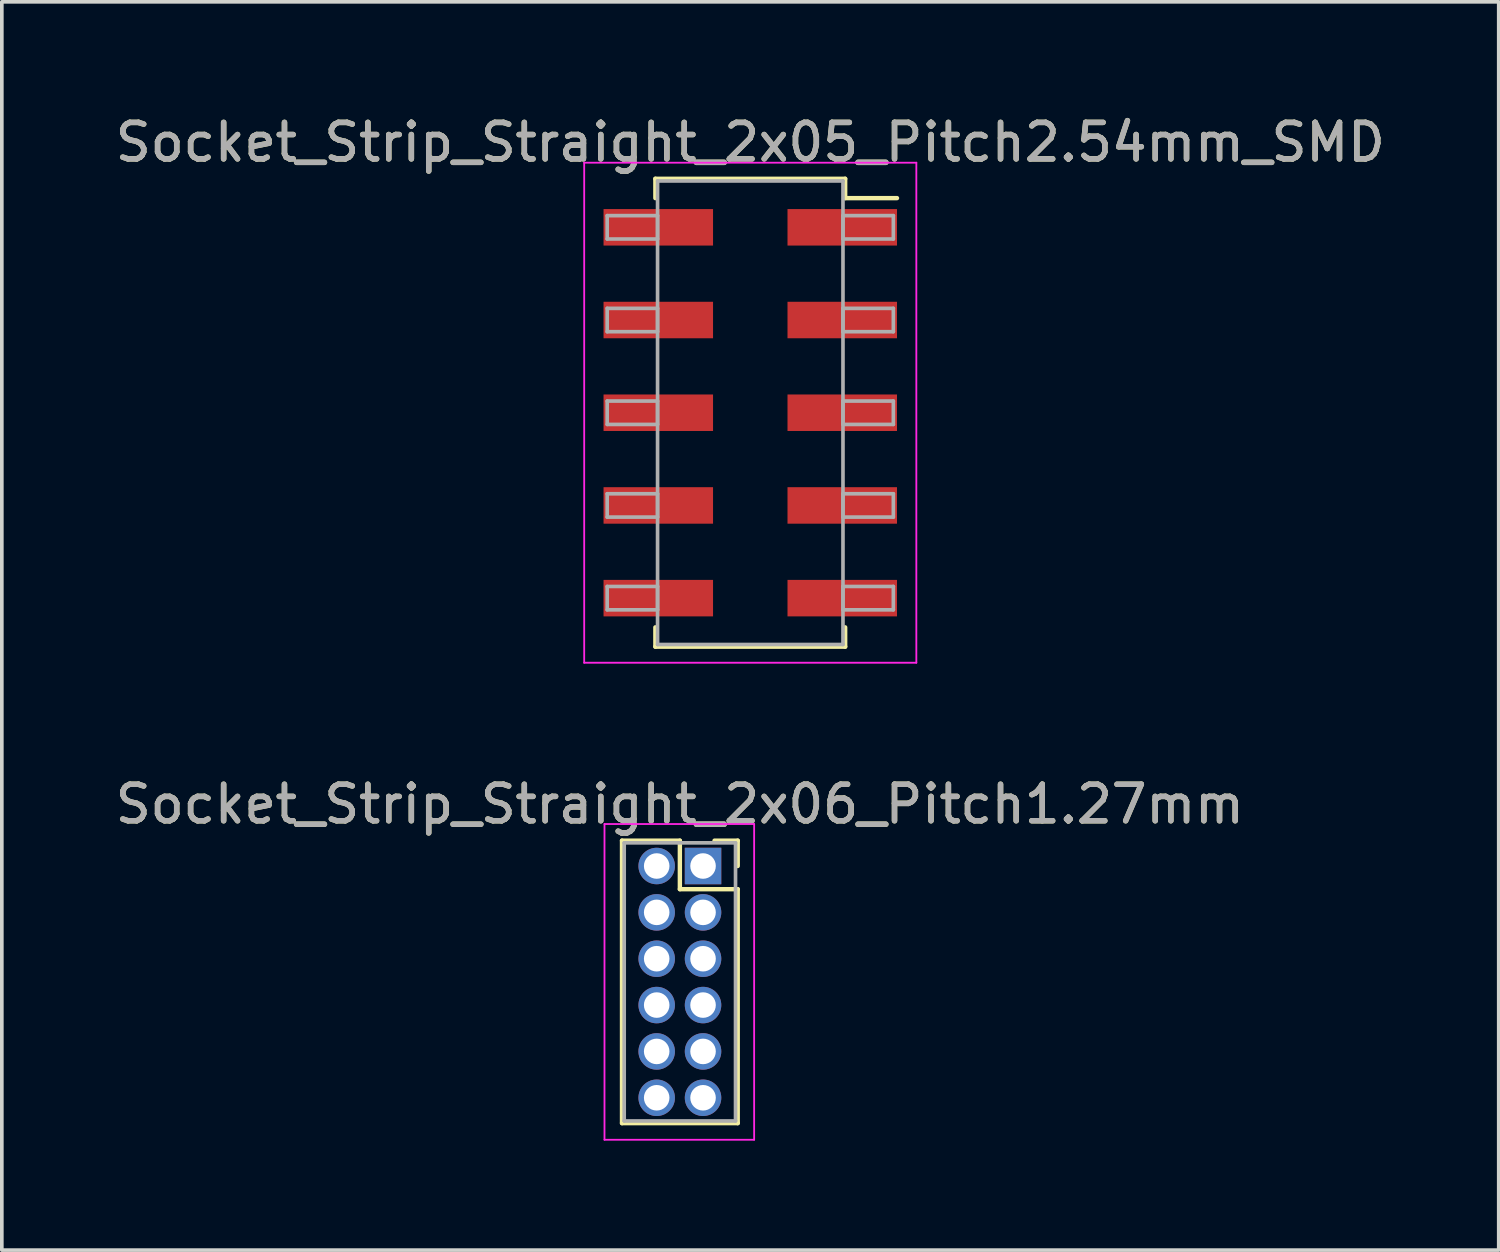
<source format=kicad_pcb>
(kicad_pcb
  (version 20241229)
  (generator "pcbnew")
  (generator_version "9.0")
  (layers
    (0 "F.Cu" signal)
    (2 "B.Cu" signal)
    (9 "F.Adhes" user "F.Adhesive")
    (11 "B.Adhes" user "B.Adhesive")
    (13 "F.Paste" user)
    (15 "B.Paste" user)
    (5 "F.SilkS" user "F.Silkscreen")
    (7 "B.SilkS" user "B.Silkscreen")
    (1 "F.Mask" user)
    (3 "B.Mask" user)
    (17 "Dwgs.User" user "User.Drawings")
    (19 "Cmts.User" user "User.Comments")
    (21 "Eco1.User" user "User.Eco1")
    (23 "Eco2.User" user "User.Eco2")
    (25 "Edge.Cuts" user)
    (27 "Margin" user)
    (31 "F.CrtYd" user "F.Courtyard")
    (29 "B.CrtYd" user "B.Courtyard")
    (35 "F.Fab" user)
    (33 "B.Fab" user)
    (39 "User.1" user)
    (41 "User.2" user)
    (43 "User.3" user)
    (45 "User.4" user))
  (footprint "Socket_Strip_Straight_2x06_Pitch1.27mm"
    (layer "F.Cu")
    (at 16.212 20.677)
    (property "Reference" "Socket_Strip_Straight_2x06_Pitch1.27mm" (at -0.635 -1.695 0) (layer "F.SilkS") (effects (font (size 1 1) (thickness 0.15))))
    (attr through_hole)
    (fp_line (start -2.22 -0.695) (end -0.635 -0.695) (stroke (width 0.12) (type solid)) (layer "F.SilkS"))
    (fp_line (start -2.22 7.045) (end -2.22 -0.695) (stroke (width 0.12) (type solid)) (layer "F.SilkS"))
    (fp_line (start -0.635 -0.695) (end -0.635 0.635) (stroke (width 0.12) (type solid)) (layer "F.SilkS"))
    (fp_line (start -0.635 0.635) (end 0.95 0.635) (stroke (width 0.12) (type solid)) (layer "F.SilkS"))
    (fp_line (start 0.95 -0.695) (end 0.315 -0.695) (stroke (width 0.12) (type solid)) (layer "F.SilkS"))
    (fp_line (start 0.95 0) (end 0.95 -0.695) (stroke (width 0.12) (type solid)) (layer "F.SilkS"))
    (fp_line (start 0.95 0.635) (end 0.95 7.045) (stroke (width 0.12) (type solid)) (layer "F.SilkS"))
    (fp_line (start 0.95 7.045) (end -2.22 7.045) (stroke (width 0.12) (type solid)) (layer "F.SilkS"))
    (fp_line (start -2.7 -1.15) (end -2.7 7.5) (stroke (width 0.05) (type solid)) (layer "F.CrtYd"))
    (fp_line (start -2.7 7.5) (end 1.4 7.5) (stroke (width 0.05) (type solid)) (layer "F.CrtYd"))
    (fp_line (start 1.4 -1.15) (end -2.7 -1.15) (stroke (width 0.05) (type solid)) (layer "F.CrtYd"))
    (fp_line (start 1.4 7.5) (end 1.4 -1.15) (stroke (width 0.05) (type solid)) (layer "F.CrtYd"))
    (fp_line (start -2.16 -0.635) (end -2.16 6.985) (stroke (width 0.1) (type solid)) (layer "F.Fab"))
    (fp_line (start -2.16 6.985) (end 0.89 6.985) (stroke (width 0.1) (type solid)) (layer "F.Fab"))
    (fp_line (start 0.89 -0.635) (end -2.16 -0.635) (stroke (width 0.1) (type solid)) (layer "F.Fab"))
    (fp_line (start 0.89 6.985) (end 0.89 -0.635) (stroke (width 0.1) (type solid)) (layer "F.Fab"))
    (fp_text user "${REFERENCE}" (at -0.635 -1.695 0) (layer "F.Fab") (effects (font (size 1 1) (thickness 0.15))))
    (pad "1" thru_hole rect (at 0 0) (size 1 1) (drill 0.7) (layers "*.Cu" "*.Mask"))
    (pad "2" thru_hole oval (at -1.27 0) (size 1 1) (drill 0.7) (layers "*.Cu" "*.Mask"))
    (pad "3" thru_hole oval (at 0 1.27) (size 1 1) (drill 0.7) (layers "*.Cu" "*.Mask"))
    (pad "4" thru_hole oval (at -1.27 1.27) (size 1 1) (drill 0.7) (layers "*.Cu" "*.Mask"))
    (pad "5" thru_hole oval (at 0 2.54) (size 1 1) (drill 0.7) (layers "*.Cu" "*.Mask"))
    (pad "6" thru_hole oval (at -1.27 2.54) (size 1 1) (drill 0.7) (layers "*.Cu" "*.Mask"))
    (pad "7" thru_hole oval (at 0 3.81) (size 1 1) (drill 0.7) (layers "*.Cu" "*.Mask"))
    (pad "8" thru_hole oval (at -1.27 3.81) (size 1 1) (drill 0.7) (layers "*.Cu" "*.Mask"))
    (pad "9" thru_hole oval (at 0 5.08) (size 1 1) (drill 0.7) (layers "*.Cu" "*.Mask"))
    (pad "10" thru_hole oval (at -1.27 5.08) (size 1 1) (drill 0.7) (layers "*.Cu" "*.Mask"))
    (pad "11" thru_hole oval (at 0 6.35) (size 1 1) (drill 0.7) (layers "*.Cu" "*.Mask"))
    (pad "12" thru_hole oval (at -1.27 6.35) (size 1 1) (drill 0.7) (layers "*.Cu" "*.Mask")))
  (footprint "Socket_Strip_Straight_2x05_Pitch2.54mm_SMD"
    (layer "F.Cu")
    (at 17.506 8.258)
    (property "Reference" "Socket_Strip_Straight_2x05_Pitch2.54mm_SMD" (at 0 -7.41 0) (layer "F.SilkS") (effects (font (size 1 1) (thickness 0.15))))
    (attr smd)
    (fp_line (start -2.6 -6.41) (end 2.6 -6.41) (stroke (width 0.12) (type solid)) (layer "F.SilkS"))
    (fp_line (start -2.6 -5.88) (end -2.6 -6.41) (stroke (width 0.12) (type solid)) (layer "F.SilkS"))
    (fp_line (start -2.6 5.88) (end -2.6 6.41) (stroke (width 0.12) (type solid)) (layer "F.SilkS"))
    (fp_line (start -2.6 6.41) (end 2.6 6.41) (stroke (width 0.12) (type solid)) (layer "F.SilkS"))
    (fp_line (start 2.6 -6.41) (end 2.6 -5.88) (stroke (width 0.12) (type solid)) (layer "F.SilkS"))
    (fp_line (start 2.6 6.41) (end 2.6 5.88) (stroke (width 0.12) (type solid)) (layer "F.SilkS"))
    (fp_line (start 4.02 -5.88) (end 2.6 -5.88) (stroke (width 0.12) (type solid)) (layer "F.SilkS"))
    (fp_line (start -4.55 -6.85) (end -4.55 6.85) (stroke (width 0.05) (type solid)) (layer "F.CrtYd"))
    (fp_line (start -4.55 6.85) (end 4.55 6.85) (stroke (width 0.05) (type solid)) (layer "F.CrtYd"))
    (fp_line (start 4.55 -6.85) (end -4.55 -6.85) (stroke (width 0.05) (type solid)) (layer "F.CrtYd"))
    (fp_line (start 4.55 6.85) (end 4.55 -6.85) (stroke (width 0.05) (type solid)) (layer "F.CrtYd"))
    (fp_line (start -3.92 -5.4) (end -2.54 -5.4) (stroke (width 0.1) (type solid)) (layer "F.Fab"))
    (fp_line (start -3.92 -4.76) (end -3.92 -5.4) (stroke (width 0.1) (type solid)) (layer "F.Fab"))
    (fp_line (start -3.92 -2.86) (end -2.54 -2.86) (stroke (width 0.1) (type solid)) (layer "F.Fab"))
    (fp_line (start -3.92 -2.22) (end -3.92 -2.86) (stroke (width 0.1) (type solid)) (layer "F.Fab"))
    (fp_line (start -3.92 -0.32) (end -2.54 -0.32) (stroke (width 0.1) (type solid)) (layer "F.Fab"))
    (fp_line (start -3.92 0.32) (end -3.92 -0.32) (stroke (width 0.1) (type solid)) (layer "F.Fab"))
    (fp_line (start -3.92 2.22) (end -2.54 2.22) (stroke (width 0.1) (type solid)) (layer "F.Fab"))
    (fp_line (start -3.92 2.86) (end -3.92 2.22) (stroke (width 0.1) (type solid)) (layer "F.Fab"))
    (fp_line (start -3.92 4.76) (end -2.54 4.76) (stroke (width 0.1) (type solid)) (layer "F.Fab"))
    (fp_line (start -3.92 5.4) (end -3.92 4.76) (stroke (width 0.1) (type solid)) (layer "F.Fab"))
    (fp_line (start -2.54 -6.35) (end -2.54 6.35) (stroke (width 0.1) (type solid)) (layer "F.Fab"))
    (fp_line (start -2.54 -5.4) (end -2.54 -4.76) (stroke (width 0.1) (type solid)) (layer "F.Fab"))
    (fp_line (start -2.54 -4.76) (end -3.92 -4.76) (stroke (width 0.1) (type solid)) (layer "F.Fab"))
    (fp_line (start -2.54 -2.86) (end -2.54 -2.22) (stroke (width 0.1) (type solid)) (layer "F.Fab"))
    (fp_line (start -2.54 -2.22) (end -3.92 -2.22) (stroke (width 0.1) (type solid)) (layer "F.Fab"))
    (fp_line (start -2.54 -0.32) (end -2.54 0.32) (stroke (width 0.1) (type solid)) (layer "F.Fab"))
    (fp_line (start -2.54 0.32) (end -3.92 0.32) (stroke (width 0.1) (type solid)) (layer "F.Fab"))
    (fp_line (start -2.54 2.22) (end -2.54 2.86) (stroke (width 0.1) (type solid)) (layer "F.Fab"))
    (fp_line (start -2.54 2.86) (end -3.92 2.86) (stroke (width 0.1) (type solid)) (layer "F.Fab"))
    (fp_line (start -2.54 4.76) (end -2.54 5.4) (stroke (width 0.1) (type solid)) (layer "F.Fab"))
    (fp_line (start -2.54 5.4) (end -3.92 5.4) (stroke (width 0.1) (type solid)) (layer "F.Fab"))
    (fp_line (start -2.54 6.35) (end 2.54 6.35) (stroke (width 0.1) (type solid)) (layer "F.Fab"))
    (fp_line (start 2.54 -6.35) (end -2.54 -6.35) (stroke (width 0.1) (type solid)) (layer "F.Fab"))
    (fp_line (start 2.54 -5.4) (end 2.54 -4.76) (stroke (width 0.1) (type solid)) (layer "F.Fab"))
    (fp_line (start 2.54 -4.76) (end 3.92 -4.76) (stroke (width 0.1) (type solid)) (layer "F.Fab"))
    (fp_line (start 2.54 -2.86) (end 2.54 -2.22) (stroke (width 0.1) (type solid)) (layer "F.Fab"))
    (fp_line (start 2.54 -2.22) (end 3.92 -2.22) (stroke (width 0.1) (type solid)) (layer "F.Fab"))
    (fp_line (start 2.54 -0.32) (end 2.54 0.32) (stroke (width 0.1) (type solid)) (layer "F.Fab"))
    (fp_line (start 2.54 0.32) (end 3.92 0.32) (stroke (width 0.1) (type solid)) (layer "F.Fab"))
    (fp_line (start 2.54 2.22) (end 2.54 2.86) (stroke (width 0.1) (type solid)) (layer "F.Fab"))
    (fp_line (start 2.54 2.86) (end 3.92 2.86) (stroke (width 0.1) (type solid)) (layer "F.Fab"))
    (fp_line (start 2.54 4.76) (end 2.54 5.4) (stroke (width 0.1) (type solid)) (layer "F.Fab"))
    (fp_line (start 2.54 5.4) (end 3.92 5.4) (stroke (width 0.1) (type solid)) (layer "F.Fab"))
    (fp_line (start 2.54 6.35) (end 2.54 -6.35) (stroke (width 0.1) (type solid)) (layer "F.Fab"))
    (fp_line (start 3.92 -5.4) (end 2.54 -5.4) (stroke (width 0.1) (type solid)) (layer "F.Fab"))
    (fp_line (start 3.92 -4.76) (end 3.92 -5.4) (stroke (width 0.1) (type solid)) (layer "F.Fab"))
    (fp_line (start 3.92 -2.86) (end 2.54 -2.86) (stroke (width 0.1) (type solid)) (layer "F.Fab"))
    (fp_line (start 3.92 -2.22) (end 3.92 -2.86) (stroke (width 0.1) (type solid)) (layer "F.Fab"))
    (fp_line (start 3.92 -0.32) (end 2.54 -0.32) (stroke (width 0.1) (type solid)) (layer "F.Fab"))
    (fp_line (start 3.92 0.32) (end 3.92 -0.32) (stroke (width 0.1) (type solid)) (layer "F.Fab"))
    (fp_line (start 3.92 2.22) (end 2.54 2.22) (stroke (width 0.1) (type solid)) (layer "F.Fab"))
    (fp_line (start 3.92 2.86) (end 3.92 2.22) (stroke (width 0.1) (type solid)) (layer "F.Fab"))
    (fp_line (start 3.92 4.76) (end 2.54 4.76) (stroke (width 0.1) (type solid)) (layer "F.Fab"))
    (fp_line (start 3.92 5.4) (end 3.92 4.76) (stroke (width 0.1) (type solid)) (layer "F.Fab"))
    (fp_text user "${REFERENCE}" (at 0 -7.41 0) (layer "F.Fab") (effects (font (size 1 1) (thickness 0.15))))
    (pad "1" smd rect (at 2.52 -5.08) (size 3 1) (layers "F.Cu" "F.Mask" "F.Paste"))
    (pad "2" smd rect (at -2.52 -5.08) (size 3 1) (layers "F.Cu" "F.Mask" "F.Paste"))
    (pad "3" smd rect (at 2.52 -2.54) (size 3 1) (layers "F.Cu" "F.Mask" "F.Paste"))
    (pad "4" smd rect (at -2.52 -2.54) (size 3 1) (layers "F.Cu" "F.Mask" "F.Paste"))
    (pad "5" smd rect (at 2.52 0) (size 3 1) (layers "F.Cu" "F.Mask" "F.Paste"))
    (pad "6" smd rect (at -2.52 0) (size 3 1) (layers "F.Cu" "F.Mask" "F.Paste"))
    (pad "7" smd rect (at 2.52 2.54) (size 3 1) (layers "F.Cu" "F.Mask" "F.Paste"))
    (pad "8" smd rect (at -2.52 2.54) (size 3 1) (layers "F.Cu" "F.Mask" "F.Paste"))
    (pad "9" smd rect (at 2.52 5.08) (size 3 1) (layers "F.Cu" "F.Mask" "F.Paste"))
    (pad "10" smd rect (at -2.52 5.08) (size 3 1) (layers "F.Cu" "F.Mask" "F.Paste")))
  (gr_rect
    (start -3 -3)
    (end 38.012 31.201)
    (stroke (width 0.1) (type default))
    (fill no)
    (layer "Edge.Cuts")))
</source>
